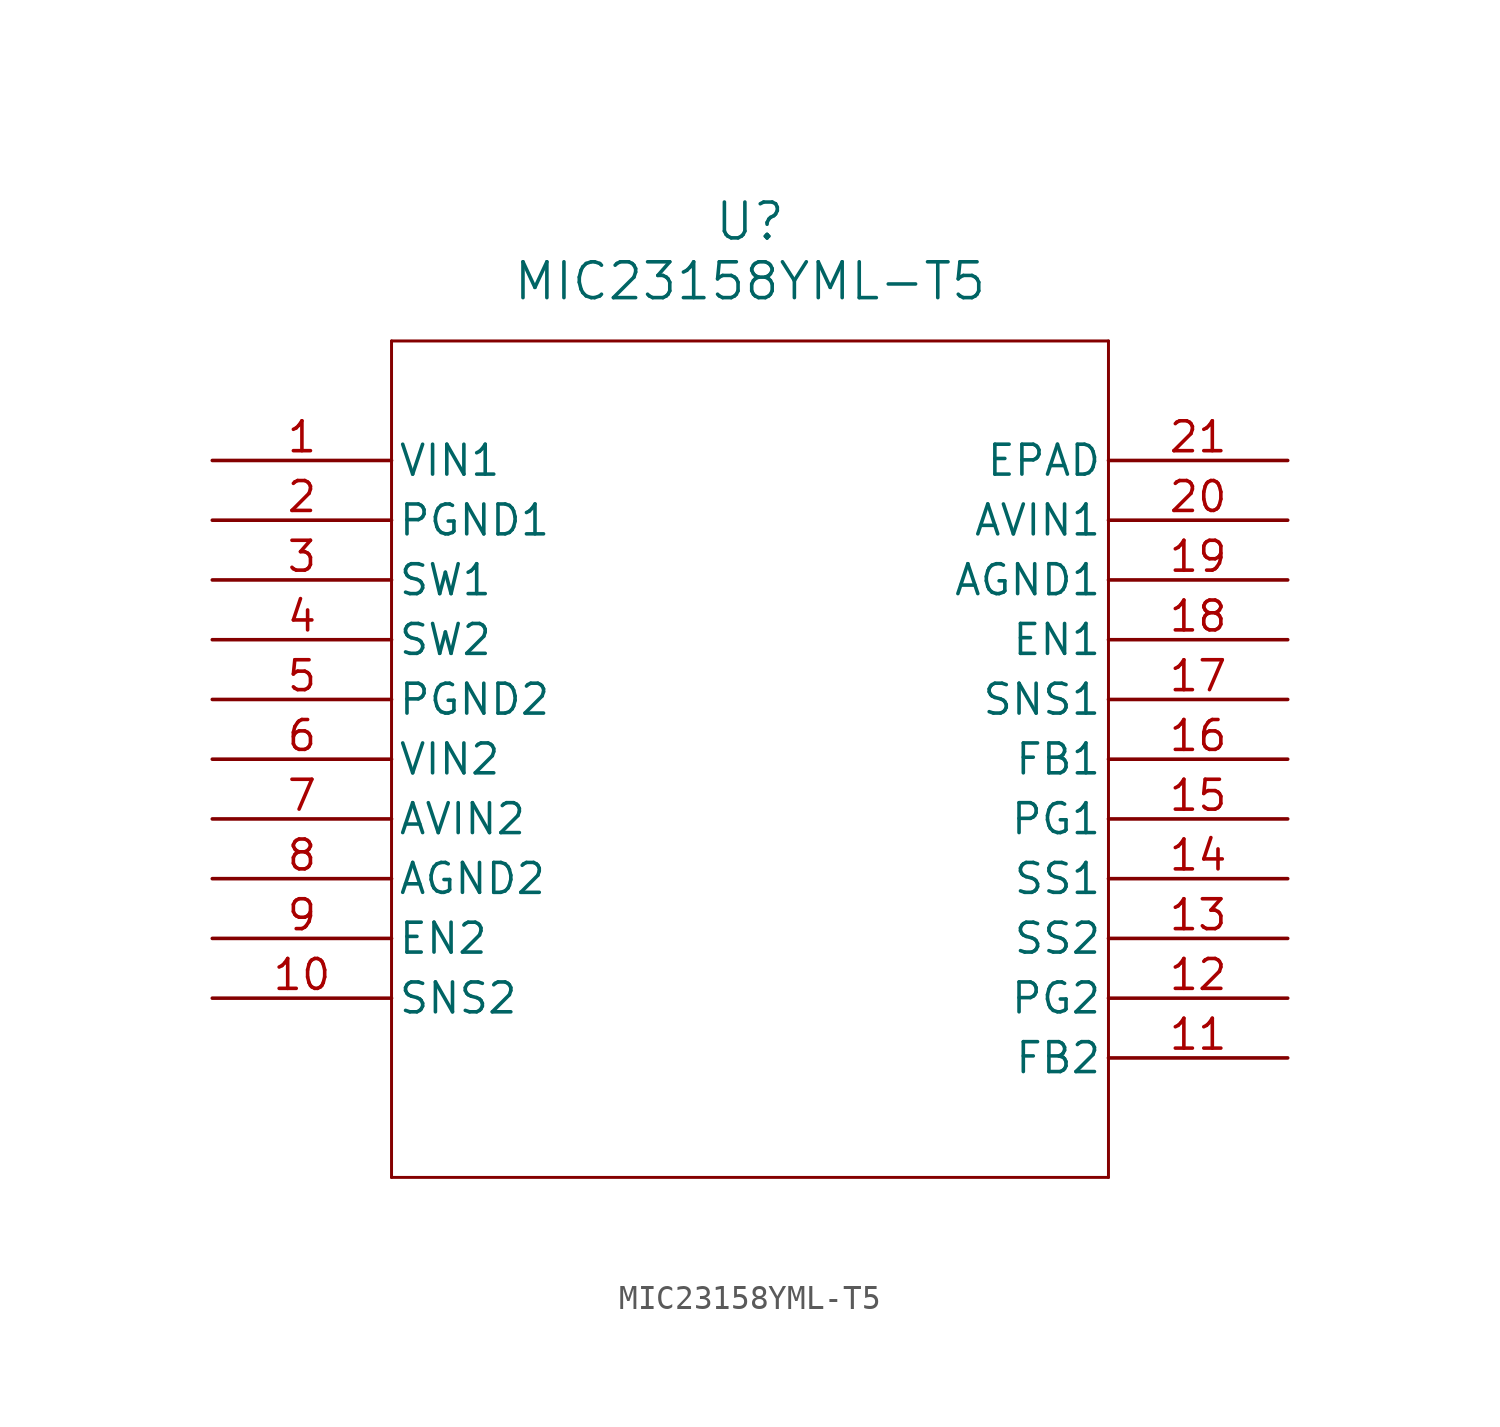
<source format=kicad_sym>
(kicad_symbol_lib
  (version 20211014)
  (generator kicad_symbol_editor)
  (symbol "MIC23158YML-T5"
    (pin_names
      (offset 0.254))
    (property "Reference" "U"
      (at 22.86 10.16 0)
      (effects (font (size 1.524 1.524))))
    (property "Value" "MIC23158YML-T5"
      (at 22.86 7.62 0)
      (effects (font (size 1.524 1.524))))
    (symbol "MIC23158YML-T5_0_1"
      (polyline (pts (xy 7.62 5.08) (xy 7.62 -30.48)) (stroke (width 0.127) (type default) (color 0 0 0 0)) (fill (type none)))
      (polyline (pts (xy 7.62 -30.48) (xy 38.1 -30.48)) (stroke (width 0.127) (type default) (color 0 0 0 0)) (fill (type none)))
      (polyline (pts (xy 38.1 -30.48) (xy 38.1 5.08)) (stroke (width 0.127) (type default) (color 0 0 0 0)) (fill (type none)))
      (polyline (pts (xy 38.1 5.08) (xy 7.62 5.08)) (stroke (width 0.127) (type default) (color 0 0 0 0)) (fill (type none)))
      (pin input line (at 0 0 0) (length 7.62) (name "VIN1" (effects (font (size 1.27 1.27)))) (number "1" (effects (font (size 1.27 1.27)))))
      (pin power_in line (at 0 -2.54 0) (length 7.62) (name "PGND1" (effects (font (size 1.27 1.27)))) (number "2" (effects (font (size 1.27 1.27)))))
      (pin output line (at 0 -5.08 0) (length 7.62) (name "SW1" (effects (font (size 1.27 1.27)))) (number "3" (effects (font (size 1.27 1.27)))))
      (pin output line (at 0 -7.62 0) (length 7.62) (name "SW2" (effects (font (size 1.27 1.27)))) (number "4" (effects (font (size 1.27 1.27)))))
      (pin power_in line (at 0 -10.16 0) (length 7.62) (name "PGND2" (effects (font (size 1.27 1.27)))) (number "5" (effects (font (size 1.27 1.27)))))
      (pin input line (at 0 -12.7 0) (length 7.62) (name "VIN2" (effects (font (size 1.27 1.27)))) (number "6" (effects (font (size 1.27 1.27)))))
      (pin input line (at 0 -15.24 0) (length 7.62) (name "AVIN2" (effects (font (size 1.27 1.27)))) (number "7" (effects (font (size 1.27 1.27)))))
      (pin power_in line (at 0 -17.78 0) (length 7.62) (name "AGND2" (effects (font (size 1.27 1.27)))) (number "8" (effects (font (size 1.27 1.27)))))
      (pin input line (at 0 -20.32 0) (length 7.62) (name "EN2" (effects (font (size 1.27 1.27)))) (number "9" (effects (font (size 1.27 1.27)))))
      (pin input line (at 0 -22.86 0) (length 7.62) (name "SNS2" (effects (font (size 1.27 1.27)))) (number "10" (effects (font (size 1.27 1.27)))))
      (pin input line (at 45.72 -25.4 180) (length 7.62) (name "FB2" (effects (font (size 1.27 1.27)))) (number "11" (effects (font (size 1.27 1.27)))))
      (pin output line (at 45.72 -22.86 180) (length 7.62) (name "PG2" (effects (font (size 1.27 1.27)))) (number "12" (effects (font (size 1.27 1.27)))))
      (pin unspecified line (at 45.72 -20.32 180) (length 7.62) (name "SS2" (effects (font (size 1.27 1.27)))) (number "13" (effects (font (size 1.27 1.27)))))
      (pin unspecified line (at 45.72 -17.78 180) (length 7.62) (name "SS1" (effects (font (size 1.27 1.27)))) (number "14" (effects (font (size 1.27 1.27)))))
      (pin output line (at 45.72 -15.24 180) (length 7.62) (name "PG1" (effects (font (size 1.27 1.27)))) (number "15" (effects (font (size 1.27 1.27)))))
      (pin input line (at 45.72 -12.7 180) (length 7.62) (name "FB1" (effects (font (size 1.27 1.27)))) (number "16" (effects (font (size 1.27 1.27)))))
      (pin input line (at 45.72 -10.16 180) (length 7.62) (name "SNS1" (effects (font (size 1.27 1.27)))) (number "17" (effects (font (size 1.27 1.27)))))
      (pin input line (at 45.72 -7.62 180) (length 7.62) (name "EN1" (effects (font (size 1.27 1.27)))) (number "18" (effects (font (size 1.27 1.27)))))
      (pin power_in line (at 45.72 -5.08 180) (length 7.62) (name "AGND1" (effects (font (size 1.27 1.27)))) (number "19" (effects (font (size 1.27 1.27)))))
      (pin input line (at 45.72 -2.54 180) (length 7.62) (name "AVIN1" (effects (font (size 1.27 1.27)))) (number "20" (effects (font (size 1.27 1.27)))))
      (pin unspecified line (at 45.72 0 180) (length 7.62) (name "EPAD" (effects (font (size 1.27 1.27)))) (number "21" (effects (font (size 1.27 1.27))))))))
</source>
